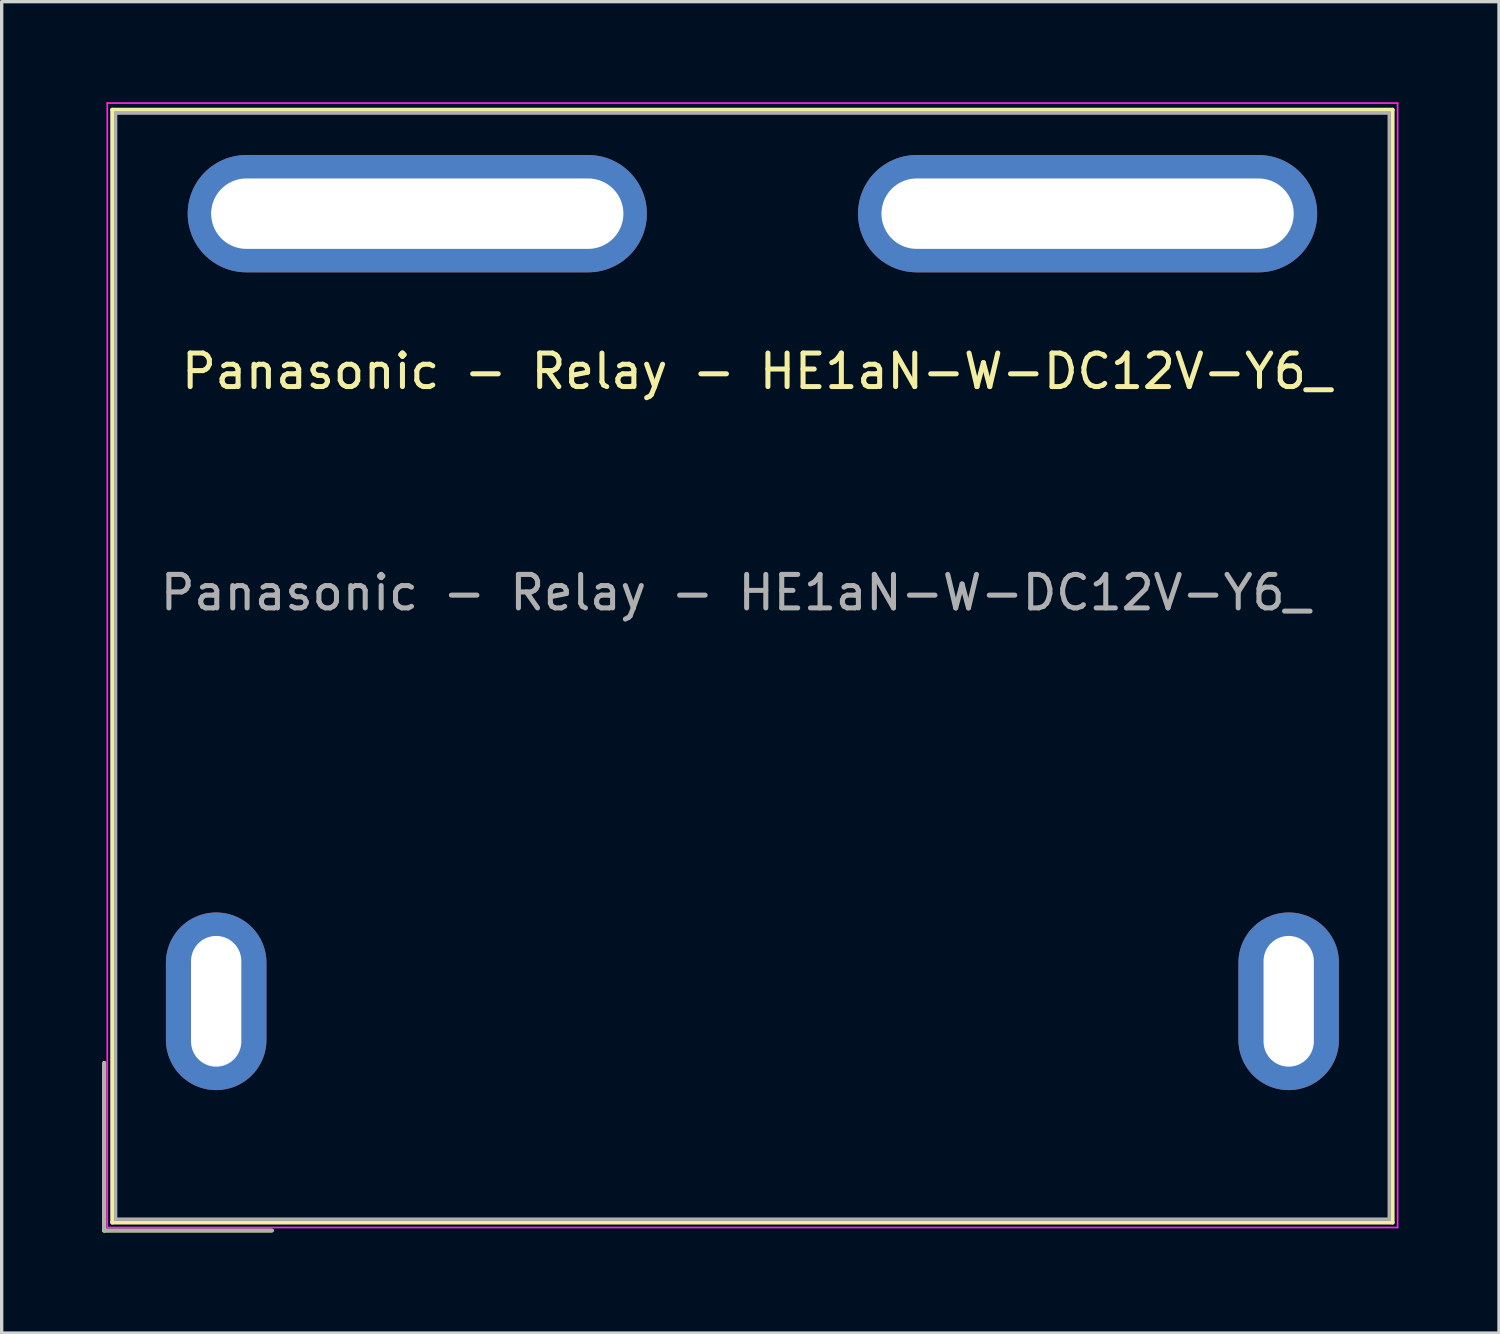
<source format=kicad_pcb>
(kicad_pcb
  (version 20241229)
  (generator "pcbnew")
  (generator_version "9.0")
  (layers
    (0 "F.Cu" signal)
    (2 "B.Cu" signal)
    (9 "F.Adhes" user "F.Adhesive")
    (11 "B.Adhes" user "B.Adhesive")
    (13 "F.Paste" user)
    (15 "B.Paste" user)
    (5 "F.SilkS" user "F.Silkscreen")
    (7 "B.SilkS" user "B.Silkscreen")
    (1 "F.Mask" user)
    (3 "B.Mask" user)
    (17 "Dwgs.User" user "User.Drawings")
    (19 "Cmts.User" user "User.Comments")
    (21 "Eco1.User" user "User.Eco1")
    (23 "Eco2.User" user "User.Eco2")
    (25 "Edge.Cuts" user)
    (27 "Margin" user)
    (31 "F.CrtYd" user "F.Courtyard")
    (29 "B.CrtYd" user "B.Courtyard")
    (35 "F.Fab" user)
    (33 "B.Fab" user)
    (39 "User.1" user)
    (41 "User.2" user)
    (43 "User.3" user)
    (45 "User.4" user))
  (footprint "Panasonic - Relay - HE1aN-W-DC12V-Y6_"
    (layer "F.Cu")
    (at 3.4 26.825)
    (property "Reference" "Panasonic - Relay - HE1aN-W-DC12V-Y6_" (at 16.129 -18.796 180) (layer "F.SilkS") (effects (font (size 1 1) (thickness 0.15))))
    (attr through_hole)
    (fp_line (start -3.34 1.84) (end -3.34 6.84) (stroke (width 0.12) (type solid)) (layer "F.SilkS"))
    (fp_line (start -3.1 -26.6) (end -3.1 6.6) (stroke (width 0.12) (type solid)) (layer "F.SilkS"))
    (fp_line (start -3.1 6.6) (end 35.1 6.6) (stroke (width 0.12) (type solid)) (layer "F.SilkS"))
    (fp_line (start 1.66 6.84) (end -3.34 6.84) (stroke (width 0.12) (type solid)) (layer "F.SilkS"))
    (fp_line (start 35.1 -26.6) (end -3.1 -26.6) (stroke (width 0.12) (type solid)) (layer "F.SilkS"))
    (fp_line (start 35.1 -26.6) (end 35.1 6.6) (stroke (width 0.12) (type solid)) (layer "F.SilkS"))
    (fp_line (start -3.25 -26.8) (end -3.25 6.75) (stroke (width 0.05) (type solid)) (layer "F.CrtYd"))
    (fp_line (start -3.25 6.75) (end 35.25 6.75) (stroke (width 0.05) (type solid)) (layer "F.CrtYd"))
    (fp_line (start 35.25 -26.8) (end -3.25 -26.8) (stroke (width 0.05) (type solid)) (layer "F.CrtYd"))
    (fp_line (start 35.25 6.75) (end 35.25 -26.8) (stroke (width 0.05) (type solid)) (layer "F.CrtYd"))
    (fp_line (start -3.34 6.84) (end -3.34 1.84) (stroke (width 0.1) (type solid)) (layer "F.Fab"))
    (fp_line (start -3 -26.5) (end 35 -26.5) (stroke (width 0.1) (type solid)) (layer "F.Fab"))
    (fp_line (start -3 6.5) (end -3 -26.5) (stroke (width 0.1) (type solid)) (layer "F.Fab"))
    (fp_line (start -3 6.5) (end 35 6.5) (stroke (width 0.1) (type solid)) (layer "F.Fab"))
    (fp_line (start 1.66 6.84) (end -3.34 6.84) (stroke (width 0.1) (type solid)) (layer "F.Fab"))
    (fp_line (start 35 6.5) (end 35 -26.5) (stroke (width 0.1) (type solid)) (layer "F.Fab"))
    (fp_text user "${REFERENCE}" (at 15.494 -12.192 180) (layer "F.Fab") (effects (font (size 1 1) (thickness 0.15))))
    (pad "1" thru_hole oval (at 6 -23.5 90) (size 3.5 13.7) (drill oval 2.1 12.3) (layers "*.Cu" "*.Mask"))
    (pad "4" thru_hole oval (at 26 -23.5 90) (size 3.5 13.7) (drill oval 2.1 12.3) (layers "*.Cu" "*.Mask"))
    (pad "5" thru_hole oval (at 32 0 90) (size 5.3 3) (drill oval 3.9 1.5) (layers "*.Cu" "*.Mask"))
    (pad "6" thru_hole oval (at 0 0 90) (size 5.3 3) (drill oval 3.9 1.5) (layers "*.Cu" "*.Mask")))
  (gr_rect
    (start -3 -3)
    (end 41.675 36.725)
    (stroke (width 0.1) (type default))
    (fill no)
    (layer "Edge.Cuts")))
</source>
